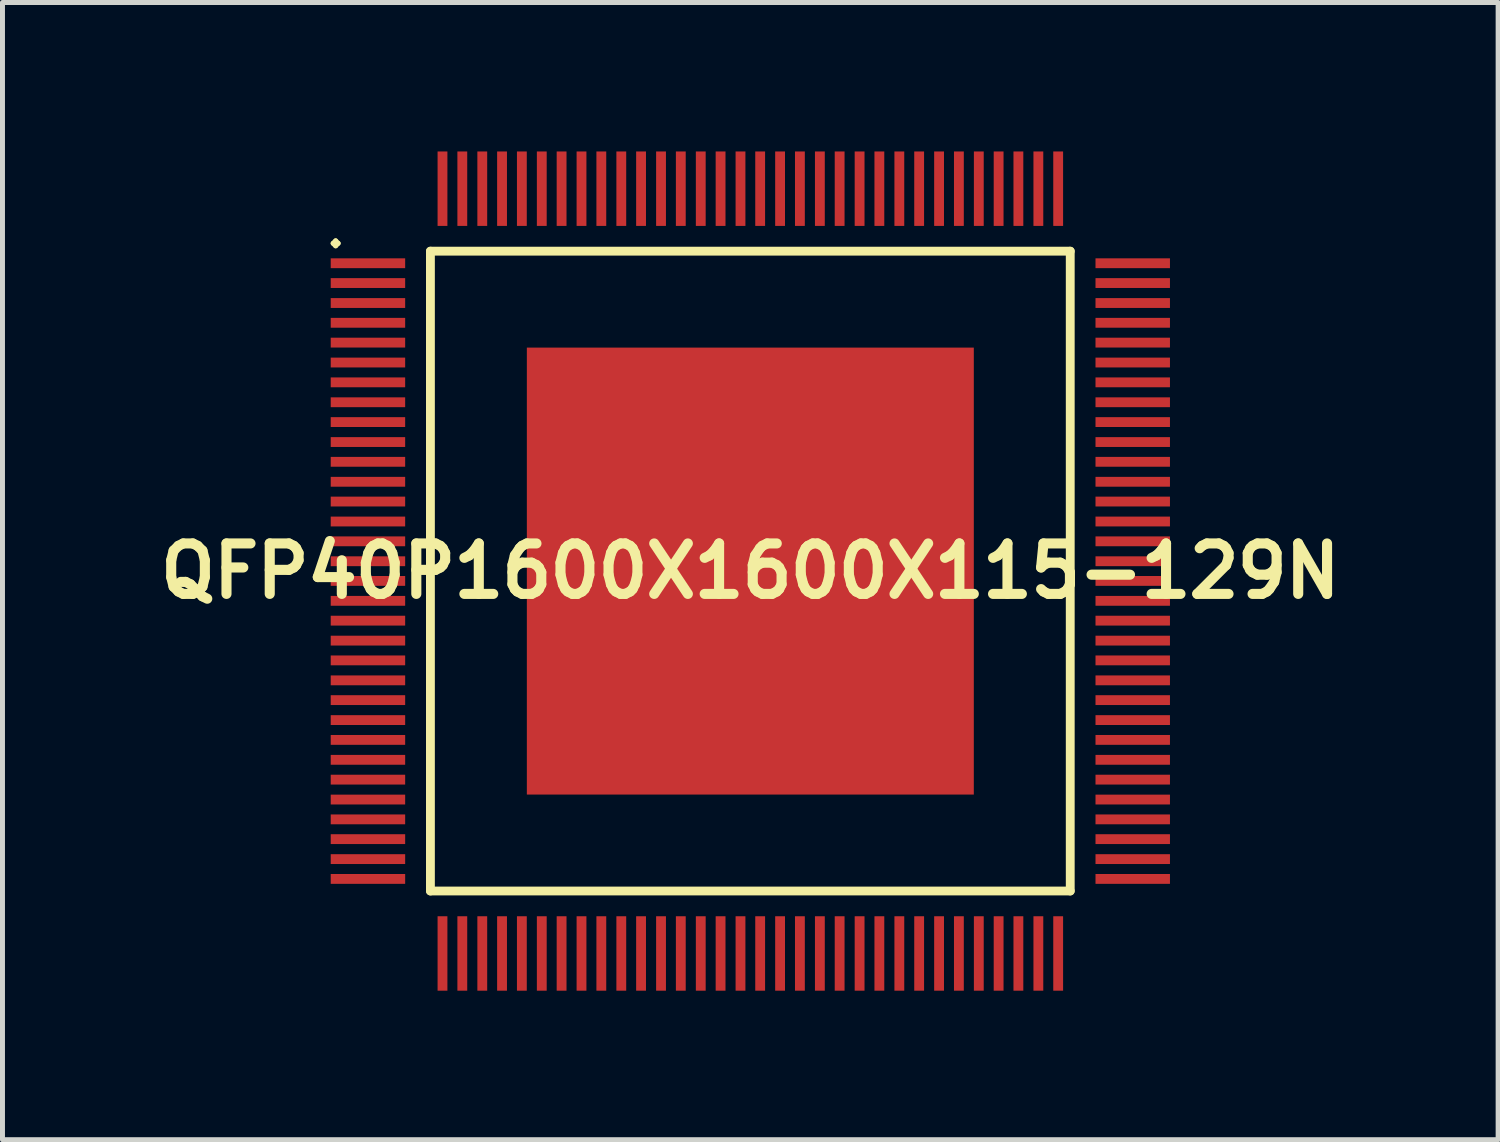
<source format=kicad_pcb>
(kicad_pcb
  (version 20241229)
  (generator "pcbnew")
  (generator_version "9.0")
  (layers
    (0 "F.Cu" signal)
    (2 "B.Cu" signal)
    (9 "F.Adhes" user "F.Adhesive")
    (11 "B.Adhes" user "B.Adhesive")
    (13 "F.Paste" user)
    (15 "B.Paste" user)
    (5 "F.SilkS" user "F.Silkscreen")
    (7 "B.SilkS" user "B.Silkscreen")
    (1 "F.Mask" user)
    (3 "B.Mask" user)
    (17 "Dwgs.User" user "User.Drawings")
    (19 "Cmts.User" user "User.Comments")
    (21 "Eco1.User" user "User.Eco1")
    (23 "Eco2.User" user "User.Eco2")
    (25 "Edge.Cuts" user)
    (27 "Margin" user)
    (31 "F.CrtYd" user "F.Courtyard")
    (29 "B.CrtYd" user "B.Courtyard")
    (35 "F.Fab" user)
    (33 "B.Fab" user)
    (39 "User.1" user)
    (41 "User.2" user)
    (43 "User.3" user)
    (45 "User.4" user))
  (footprint "QFP40P1600X1600X115-129N"
    (layer "F.Cu")
    (at 12.057 8.448)
    (property "Reference" "QFP40P1600X1600X115-129N" (at 0 0 0) (layer "F.SilkS") (effects (font (size 1.016 1.016) (thickness 0.203))))
    (attr smd)
    (fp_line (start -8.4 -6.599) (end -8.349 -6.65) (stroke (width 0.099) (type solid)) (layer "F.SilkS"))
    (fp_line (start -8.349 -6.65) (end -8.298 -6.599) (stroke (width 0.099) (type solid)) (layer "F.SilkS"))
    (fp_line (start -8.349 -6.548) (end -8.4 -6.599) (stroke (width 0.099) (type solid)) (layer "F.SilkS"))
    (fp_line (start -8.298 -6.599) (end -8.349 -6.548) (stroke (width 0.099) (type solid)) (layer "F.SilkS"))
    (fp_line (start -6.441 -6.441) (end -6.441 6.441) (stroke (width 0.178) (type solid)) (layer "F.SilkS"))
    (fp_line (start -6.441 6.441) (end 6.441 6.441) (stroke (width 0.178) (type solid)) (layer "F.SilkS"))
    (fp_line (start 6.441 -6.441) (end -6.441 -6.441) (stroke (width 0.178) (type solid)) (layer "F.SilkS"))
    (fp_line (start 6.441 6.441) (end 6.441 -6.441) (stroke (width 0.178) (type solid)) (layer "F.SilkS"))
    (pad "1" smd rect (at -7.699 -6.198) (size 1.499 0.198) (layers "F.Cu" "F.Mask" "F.Paste"))
    (pad "2" smd rect (at -7.699 -5.799) (size 1.499 0.198) (layers "F.Cu" "F.Mask" "F.Paste"))
    (pad "3" smd rect (at -7.699 -5.397) (size 1.499 0.198) (layers "F.Cu" "F.Mask" "F.Paste"))
    (pad "4" smd rect (at -7.699 -4.999) (size 1.499 0.198) (layers "F.Cu" "F.Mask" "F.Paste"))
    (pad "5" smd rect (at -7.699 -4.6) (size 1.499 0.198) (layers "F.Cu" "F.Mask" "F.Paste"))
    (pad "6" smd rect (at -7.699 -4.199) (size 1.499 0.198) (layers "F.Cu" "F.Mask" "F.Paste"))
    (pad "7" smd rect (at -7.699 -3.8) (size 1.499 0.198) (layers "F.Cu" "F.Mask" "F.Paste"))
    (pad "8" smd rect (at -7.699 -3.399) (size 1.499 0.198) (layers "F.Cu" "F.Mask" "F.Paste"))
    (pad "9" smd rect (at -7.699 -3) (size 1.499 0.198) (layers "F.Cu" "F.Mask" "F.Paste"))
    (pad "10" smd rect (at -7.699 -2.598) (size 1.499 0.198) (layers "F.Cu" "F.Mask" "F.Paste"))
    (pad "11" smd rect (at -7.699 -2.2) (size 1.499 0.198) (layers "F.Cu" "F.Mask" "F.Paste"))
    (pad "12" smd rect (at -7.699 -1.798) (size 1.499 0.198) (layers "F.Cu" "F.Mask" "F.Paste"))
    (pad "13" smd rect (at -7.699 -1.4) (size 1.499 0.198) (layers "F.Cu" "F.Mask" "F.Paste"))
    (pad "14" smd rect (at -7.699 -0.998) (size 1.499 0.198) (layers "F.Cu" "F.Mask" "F.Paste"))
    (pad "15" smd rect (at -7.699 -0.599) (size 1.499 0.198) (layers "F.Cu" "F.Mask" "F.Paste"))
    (pad "16" smd rect (at -7.699 -0.198) (size 1.499 0.198) (layers "F.Cu" "F.Mask" "F.Paste"))
    (pad "17" smd rect (at -7.699 0.198) (size 1.499 0.198) (layers "F.Cu" "F.Mask" "F.Paste"))
    (pad "18" smd rect (at -7.699 0.599) (size 1.499 0.198) (layers "F.Cu" "F.Mask" "F.Paste"))
    (pad "19" smd rect (at -7.699 0.998) (size 1.499 0.198) (layers "F.Cu" "F.Mask" "F.Paste"))
    (pad "20" smd rect (at -7.699 1.4) (size 1.499 0.198) (layers "F.Cu" "F.Mask" "F.Paste"))
    (pad "21" smd rect (at -7.699 1.798) (size 1.499 0.198) (layers "F.Cu" "F.Mask" "F.Paste"))
    (pad "22" smd rect (at -7.699 2.2) (size 1.499 0.198) (layers "F.Cu" "F.Mask" "F.Paste"))
    (pad "23" smd rect (at -7.699 2.598) (size 1.499 0.198) (layers "F.Cu" "F.Mask" "F.Paste"))
    (pad "24" smd rect (at -7.699 3) (size 1.499 0.198) (layers "F.Cu" "F.Mask" "F.Paste"))
    (pad "25" smd rect (at -7.699 3.399) (size 1.499 0.198) (layers "F.Cu" "F.Mask" "F.Paste"))
    (pad "26" smd rect (at -7.699 3.8) (size 1.499 0.198) (layers "F.Cu" "F.Mask" "F.Paste"))
    (pad "27" smd rect (at -7.699 4.199) (size 1.499 0.198) (layers "F.Cu" "F.Mask" "F.Paste"))
    (pad "28" smd rect (at -7.699 4.6) (size 1.499 0.198) (layers "F.Cu" "F.Mask" "F.Paste"))
    (pad "29" smd rect (at -7.699 4.999) (size 1.499 0.198) (layers "F.Cu" "F.Mask" "F.Paste"))
    (pad "30" smd rect (at -7.699 5.397) (size 1.499 0.198) (layers "F.Cu" "F.Mask" "F.Paste"))
    (pad "31" smd rect (at -7.699 5.799) (size 1.499 0.198) (layers "F.Cu" "F.Mask" "F.Paste"))
    (pad "32" smd rect (at -7.699 6.198) (size 1.499 0.198) (layers "F.Cu" "F.Mask" "F.Paste"))
    (pad "33" smd rect (at -6.198 7.699) (size 0.198 1.499) (layers "F.Cu" "F.Mask" "F.Paste"))
    (pad "34" smd rect (at -5.799 7.699) (size 0.198 1.499) (layers "F.Cu" "F.Mask" "F.Paste"))
    (pad "35" smd rect (at -5.397 7.699) (size 0.198 1.499) (layers "F.Cu" "F.Mask" "F.Paste"))
    (pad "36" smd rect (at -4.999 7.699) (size 0.198 1.499) (layers "F.Cu" "F.Mask" "F.Paste"))
    (pad "37" smd rect (at -4.6 7.699) (size 0.198 1.499) (layers "F.Cu" "F.Mask" "F.Paste"))
    (pad "38" smd rect (at -4.199 7.699) (size 0.198 1.499) (layers "F.Cu" "F.Mask" "F.Paste"))
    (pad "39" smd rect (at -3.8 7.699) (size 0.198 1.499) (layers "F.Cu" "F.Mask" "F.Paste"))
    (pad "40" smd rect (at -3.399 7.699) (size 0.198 1.499) (layers "F.Cu" "F.Mask" "F.Paste"))
    (pad "41" smd rect (at -3 7.699) (size 0.198 1.499) (layers "F.Cu" "F.Mask" "F.Paste"))
    (pad "42" smd rect (at -2.598 7.699) (size 0.198 1.499) (layers "F.Cu" "F.Mask" "F.Paste"))
    (pad "43" smd rect (at -2.2 7.699) (size 0.198 1.499) (layers "F.Cu" "F.Mask" "F.Paste"))
    (pad "44" smd rect (at -1.798 7.699) (size 0.198 1.499) (layers "F.Cu" "F.Mask" "F.Paste"))
    (pad "45" smd rect (at -1.4 7.699) (size 0.198 1.499) (layers "F.Cu" "F.Mask" "F.Paste"))
    (pad "46" smd rect (at -0.998 7.699) (size 0.198 1.499) (layers "F.Cu" "F.Mask" "F.Paste"))
    (pad "47" smd rect (at -0.599 7.699) (size 0.198 1.499) (layers "F.Cu" "F.Mask" "F.Paste"))
    (pad "48" smd rect (at -0.198 7.699) (size 0.198 1.499) (layers "F.Cu" "F.Mask" "F.Paste"))
    (pad "49" smd rect (at 0.198 7.699) (size 0.198 1.499) (layers "F.Cu" "F.Mask" "F.Paste"))
    (pad "50" smd rect (at 0.599 7.699) (size 0.198 1.499) (layers "F.Cu" "F.Mask" "F.Paste"))
    (pad "51" smd rect (at 0.998 7.699) (size 0.198 1.499) (layers "F.Cu" "F.Mask" "F.Paste"))
    (pad "52" smd rect (at 1.4 7.699) (size 0.198 1.499) (layers "F.Cu" "F.Mask" "F.Paste"))
    (pad "53" smd rect (at 1.798 7.699) (size 0.198 1.499) (layers "F.Cu" "F.Mask" "F.Paste"))
    (pad "54" smd rect (at 2.2 7.699) (size 0.198 1.499) (layers "F.Cu" "F.Mask" "F.Paste"))
    (pad "55" smd rect (at 2.598 7.699) (size 0.198 1.499) (layers "F.Cu" "F.Mask" "F.Paste"))
    (pad "56" smd rect (at 3 7.699) (size 0.198 1.499) (layers "F.Cu" "F.Mask" "F.Paste"))
    (pad "57" smd rect (at 3.399 7.699) (size 0.198 1.499) (layers "F.Cu" "F.Mask" "F.Paste"))
    (pad "58" smd rect (at 3.8 7.699) (size 0.198 1.499) (layers "F.Cu" "F.Mask" "F.Paste"))
    (pad "59" smd rect (at 4.199 7.699) (size 0.198 1.499) (layers "F.Cu" "F.Mask" "F.Paste"))
    (pad "60" smd rect (at 4.6 7.699) (size 0.198 1.499) (layers "F.Cu" "F.Mask" "F.Paste"))
    (pad "61" smd rect (at 4.999 7.699) (size 0.198 1.499) (layers "F.Cu" "F.Mask" "F.Paste"))
    (pad "62" smd rect (at 5.397 7.699) (size 0.198 1.499) (layers "F.Cu" "F.Mask" "F.Paste"))
    (pad "63" smd rect (at 5.799 7.699) (size 0.198 1.499) (layers "F.Cu" "F.Mask" "F.Paste"))
    (pad "64" smd rect (at 6.198 7.699) (size 0.198 1.499) (layers "F.Cu" "F.Mask" "F.Paste"))
    (pad "65" smd rect (at 7.699 6.198) (size 1.499 0.198) (layers "F.Cu" "F.Mask" "F.Paste"))
    (pad "66" smd rect (at 7.699 5.799) (size 1.499 0.198) (layers "F.Cu" "F.Mask" "F.Paste"))
    (pad "67" smd rect (at 7.699 5.397) (size 1.499 0.198) (layers "F.Cu" "F.Mask" "F.Paste"))
    (pad "68" smd rect (at 7.699 4.999) (size 1.499 0.198) (layers "F.Cu" "F.Mask" "F.Paste"))
    (pad "69" smd rect (at 7.699 4.6) (size 1.499 0.198) (layers "F.Cu" "F.Mask" "F.Paste"))
    (pad "70" smd rect (at 7.699 4.199) (size 1.499 0.198) (layers "F.Cu" "F.Mask" "F.Paste"))
    (pad "71" smd rect (at 7.699 3.8) (size 1.499 0.198) (layers "F.Cu" "F.Mask" "F.Paste"))
    (pad "72" smd rect (at 7.699 3.399) (size 1.499 0.198) (layers "F.Cu" "F.Mask" "F.Paste"))
    (pad "73" smd rect (at 7.699 3) (size 1.499 0.198) (layers "F.Cu" "F.Mask" "F.Paste"))
    (pad "74" smd rect (at 7.699 2.598) (size 1.499 0.198) (layers "F.Cu" "F.Mask" "F.Paste"))
    (pad "75" smd rect (at 7.699 2.2) (size 1.499 0.198) (layers "F.Cu" "F.Mask" "F.Paste"))
    (pad "76" smd rect (at 7.699 1.798) (size 1.499 0.198) (layers "F.Cu" "F.Mask" "F.Paste"))
    (pad "77" smd rect (at 7.699 1.4) (size 1.499 0.198) (layers "F.Cu" "F.Mask" "F.Paste"))
    (pad "78" smd rect (at 7.699 0.998) (size 1.499 0.198) (layers "F.Cu" "F.Mask" "F.Paste"))
    (pad "79" smd rect (at 7.699 0.599) (size 1.499 0.198) (layers "F.Cu" "F.Mask" "F.Paste"))
    (pad "80" smd rect (at 7.699 0.198) (size 1.499 0.198) (layers "F.Cu" "F.Mask" "F.Paste"))
    (pad "81" smd rect (at 7.699 -0.198) (size 1.499 0.198) (layers "F.Cu" "F.Mask" "F.Paste"))
    (pad "82" smd rect (at 7.699 -0.599) (size 1.499 0.198) (layers "F.Cu" "F.Mask" "F.Paste"))
    (pad "83" smd rect (at 7.699 -0.998) (size 1.499 0.198) (layers "F.Cu" "F.Mask" "F.Paste"))
    (pad "84" smd rect (at 7.699 -1.4) (size 1.499 0.198) (layers "F.Cu" "F.Mask" "F.Paste"))
    (pad "85" smd rect (at 7.699 -1.798) (size 1.499 0.198) (layers "F.Cu" "F.Mask" "F.Paste"))
    (pad "86" smd rect (at 7.699 -2.2) (size 1.499 0.198) (layers "F.Cu" "F.Mask" "F.Paste"))
    (pad "87" smd rect (at 7.699 -2.598) (size 1.499 0.198) (layers "F.Cu" "F.Mask" "F.Paste"))
    (pad "88" smd rect (at 7.699 -3) (size 1.499 0.198) (layers "F.Cu" "F.Mask" "F.Paste"))
    (pad "89" smd rect (at 7.699 -3.399) (size 1.499 0.198) (layers "F.Cu" "F.Mask" "F.Paste"))
    (pad "90" smd rect (at 7.699 -3.8) (size 1.499 0.198) (layers "F.Cu" "F.Mask" "F.Paste"))
    (pad "91" smd rect (at 7.699 -4.199) (size 1.499 0.198) (layers "F.Cu" "F.Mask" "F.Paste"))
    (pad "92" smd rect (at 7.699 -4.6) (size 1.499 0.198) (layers "F.Cu" "F.Mask" "F.Paste"))
    (pad "93" smd rect (at 7.699 -4.999) (size 1.499 0.198) (layers "F.Cu" "F.Mask" "F.Paste"))
    (pad "94" smd rect (at 7.699 -5.397) (size 1.499 0.198) (layers "F.Cu" "F.Mask" "F.Paste"))
    (pad "95" smd rect (at 7.699 -5.799) (size 1.499 0.198) (layers "F.Cu" "F.Mask" "F.Paste"))
    (pad "96" smd rect (at 7.699 -6.198) (size 1.499 0.198) (layers "F.Cu" "F.Mask" "F.Paste"))
    (pad "97" smd rect (at 6.198 -7.699) (size 0.198 1.499) (layers "F.Cu" "F.Mask" "F.Paste"))
    (pad "98" smd rect (at 5.799 -7.699) (size 0.198 1.499) (layers "F.Cu" "F.Mask" "F.Paste"))
    (pad "99" smd rect (at 5.397 -7.699) (size 0.198 1.499) (layers "F.Cu" "F.Mask" "F.Paste"))
    (pad "100" smd rect (at 4.999 -7.699) (size 0.198 1.499) (layers "F.Cu" "F.Mask" "F.Paste"))
    (pad "101" smd rect (at 4.6 -7.699) (size 0.198 1.499) (layers "F.Cu" "F.Mask" "F.Paste"))
    (pad "102" smd rect (at 4.199 -7.699) (size 0.198 1.499) (layers "F.Cu" "F.Mask" "F.Paste"))
    (pad "103" smd rect (at 3.8 -7.699) (size 0.198 1.499) (layers "F.Cu" "F.Mask" "F.Paste"))
    (pad "104" smd rect (at 3.399 -7.699) (size 0.198 1.499) (layers "F.Cu" "F.Mask" "F.Paste"))
    (pad "105" smd rect (at 3 -7.699) (size 0.198 1.499) (layers "F.Cu" "F.Mask" "F.Paste"))
    (pad "106" smd rect (at 2.598 -7.699) (size 0.198 1.499) (layers "F.Cu" "F.Mask" "F.Paste"))
    (pad "107" smd rect (at 2.2 -7.699) (size 0.198 1.499) (layers "F.Cu" "F.Mask" "F.Paste"))
    (pad "108" smd rect (at 1.798 -7.699) (size 0.198 1.499) (layers "F.Cu" "F.Mask" "F.Paste"))
    (pad "109" smd rect (at 1.4 -7.699) (size 0.198 1.499) (layers "F.Cu" "F.Mask" "F.Paste"))
    (pad "110" smd rect (at 0.998 -7.699) (size 0.198 1.499) (layers "F.Cu" "F.Mask" "F.Paste"))
    (pad "111" smd rect (at 0.599 -7.699) (size 0.198 1.499) (layers "F.Cu" "F.Mask" "F.Paste"))
    (pad "112" smd rect (at 0.198 -7.699) (size 0.198 1.499) (layers "F.Cu" "F.Mask" "F.Paste"))
    (pad "113" smd rect (at -0.198 -7.699) (size 0.198 1.499) (layers "F.Cu" "F.Mask" "F.Paste"))
    (pad "114" smd rect (at -0.599 -7.699) (size 0.198 1.499) (layers "F.Cu" "F.Mask" "F.Paste"))
    (pad "115" smd rect (at -0.998 -7.699) (size 0.198 1.499) (layers "F.Cu" "F.Mask" "F.Paste"))
    (pad "116" smd rect (at -1.4 -7.699) (size 0.198 1.499) (layers "F.Cu" "F.Mask" "F.Paste"))
    (pad "117" smd rect (at -1.798 -7.699) (size 0.198 1.499) (layers "F.Cu" "F.Mask" "F.Paste"))
    (pad "118" smd rect (at -2.2 -7.699) (size 0.198 1.499) (layers "F.Cu" "F.Mask" "F.Paste"))
    (pad "119" smd rect (at -2.598 -7.699) (size 0.198 1.499) (layers "F.Cu" "F.Mask" "F.Paste"))
    (pad "120" smd rect (at -3 -7.699) (size 0.198 1.499) (layers "F.Cu" "F.Mask" "F.Paste"))
    (pad "121" smd rect (at -3.399 -7.699) (size 0.198 1.499) (layers "F.Cu" "F.Mask" "F.Paste"))
    (pad "122" smd rect (at -3.8 -7.699) (size 0.198 1.499) (layers "F.Cu" "F.Mask" "F.Paste"))
    (pad "123" smd rect (at -4.199 -7.699) (size 0.198 1.499) (layers "F.Cu" "F.Mask" "F.Paste"))
    (pad "124" smd rect (at -4.6 -7.699) (size 0.198 1.499) (layers "F.Cu" "F.Mask" "F.Paste"))
    (pad "125" smd rect (at -4.999 -7.699) (size 0.198 1.499) (layers "F.Cu" "F.Mask" "F.Paste"))
    (pad "126" smd rect (at -5.397 -7.699) (size 0.198 1.499) (layers "F.Cu" "F.Mask" "F.Paste"))
    (pad "127" smd rect (at -5.799 -7.699) (size 0.198 1.499) (layers "F.Cu" "F.Mask" "F.Paste"))
    (pad "128" smd rect (at -6.198 -7.699) (size 0.198 1.499) (layers "F.Cu" "F.Mask" "F.Paste"))
    (pad "129" smd rect (at 0 0) (size 8.999 8.999) (layers "F.Cu" "F.Mask" "F.Paste")))
  (gr_rect
    (start -3 -3)
    (end 27.113 19.896)
    (stroke (width 0.1) (type default))
    (fill no)
    (layer "Edge.Cuts")))
</source>
